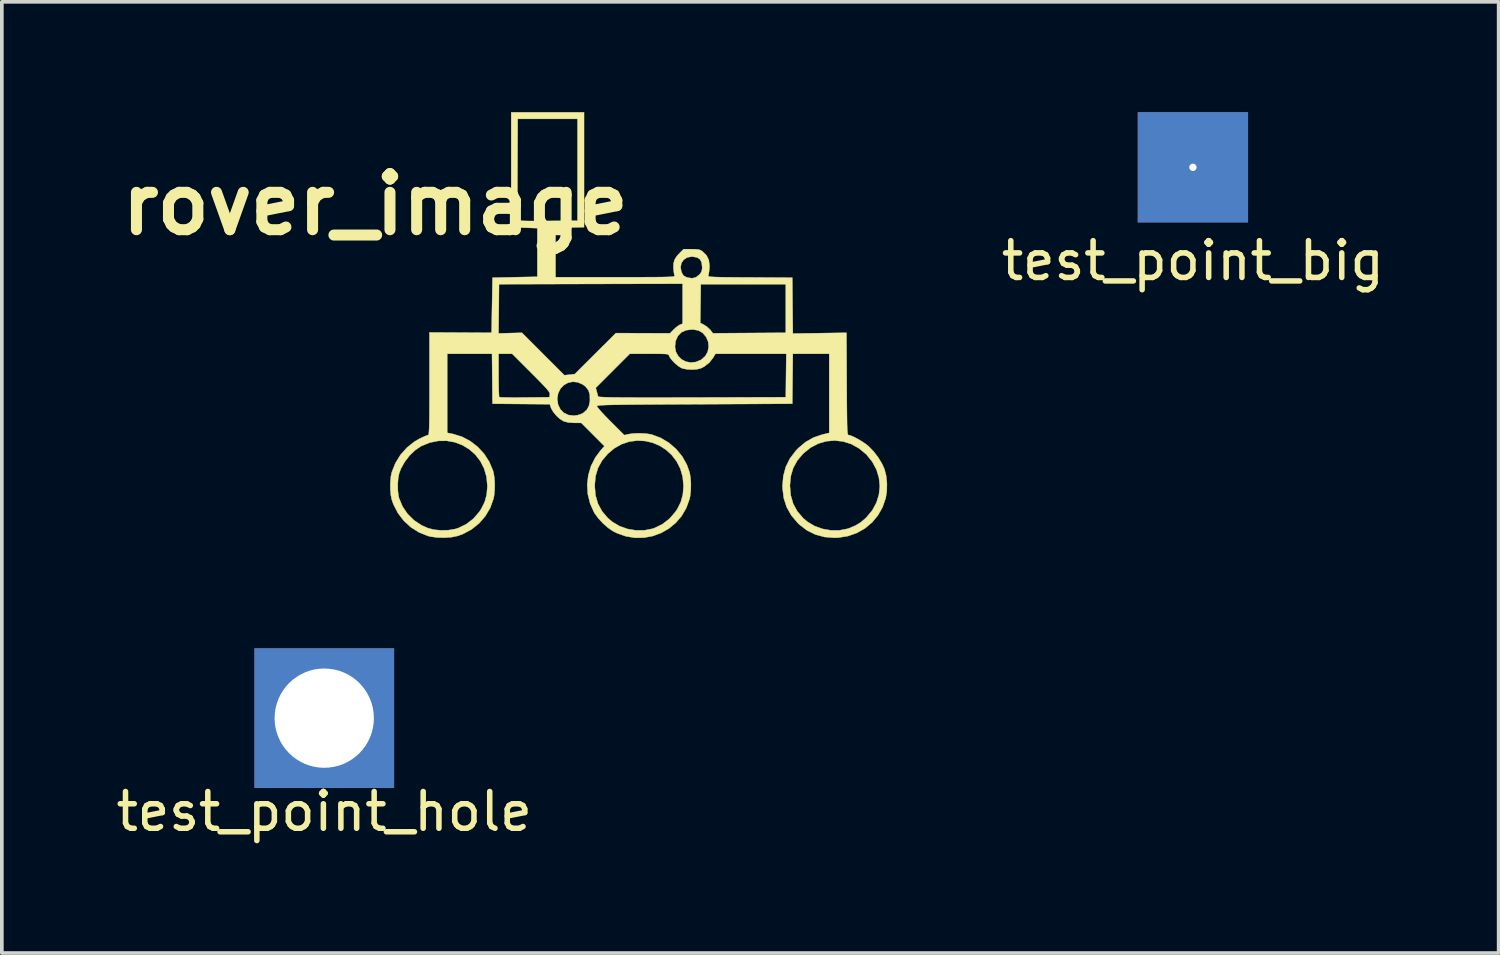
<source format=kicad_pcb>
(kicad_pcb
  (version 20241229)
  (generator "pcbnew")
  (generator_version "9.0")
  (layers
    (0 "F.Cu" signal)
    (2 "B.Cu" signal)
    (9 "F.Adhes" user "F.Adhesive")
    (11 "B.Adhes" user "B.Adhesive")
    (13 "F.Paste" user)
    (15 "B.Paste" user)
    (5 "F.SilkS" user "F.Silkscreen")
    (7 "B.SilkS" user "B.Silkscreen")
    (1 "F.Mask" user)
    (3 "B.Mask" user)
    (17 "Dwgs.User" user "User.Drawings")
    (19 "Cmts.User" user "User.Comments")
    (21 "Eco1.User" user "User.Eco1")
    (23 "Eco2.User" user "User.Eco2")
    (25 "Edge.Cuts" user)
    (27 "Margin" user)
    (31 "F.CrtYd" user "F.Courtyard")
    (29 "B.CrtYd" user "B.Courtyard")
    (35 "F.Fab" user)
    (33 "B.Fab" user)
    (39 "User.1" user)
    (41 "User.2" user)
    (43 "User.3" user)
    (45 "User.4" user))
  (footprint "test_point_hole"
    (layer "F.Cu")
    (at 5.768 16.48)
    (property "Reference" "test_point_hole" (at 0 2.54 0) (layer "F.SilkS") (effects (font (size 1 1) (thickness 0.15))))
    (attr through_hole)
    (pad "1" thru_hole rect (at 0 0) (size 3.8 3.8) (drill 2.7) (layers "*.Cu" "*.Mask")))
  (footprint "rover_image"
    (layer "F.Cu")
    (at 14.776 6.317)
    (property "Reference" "rover_image" (at -7.62 -3.81 0) (layer "F.SilkS") (effects (font (size 1.524 1.524) (thickness 0.3))))
    (attr through_hole)
    (fp_poly (pts (xy -1.943 -3.188) (xy -2.33 -3.181) (xy -2.718 -3.174) (xy -2.718 -1.829) (xy -1.089 -1.829) (xy -0.762 -1.829) (xy -0.481 -1.829) (xy -0.244 -1.83) (xy -0.047 -1.831) (xy 0.114 -1.832) (xy 0.242 -1.834) (xy 0.34 -1.837) (xy 0.413 -1.84) (xy 0.464 -1.844) (xy 0.496 -1.849) (xy 0.514 -1.856) (xy 0.52 -1.863) (xy 0.519 -1.872) (xy 0.518 -1.873) (xy 0.506 -1.922) (xy 0.495 -2.001) (xy 0.488 -2.074) (xy 0.489 -2.107) (xy 0.682 -2.107) (xy 0.7 -1.995) (xy 0.732 -1.915) (xy 0.769 -1.868) (xy 0.829 -1.835) (xy 0.878 -1.817) (xy 0.998 -1.799) (xy 1.106 -1.829) (xy 1.2 -1.905) (xy 1.25 -1.976) (xy 1.269 -2.057) (xy 1.27 -2.095) (xy 1.256 -2.223) (xy 1.213 -2.311) (xy 1.135 -2.365) (xy 1.019 -2.386) (xy 0.977 -2.388) (xy 0.861 -2.365) (xy 0.768 -2.305) (xy 0.706 -2.215) (xy 0.682 -2.107) (xy 0.489 -2.107) (xy 0.49 -2.199) (xy 0.518 -2.302) (xy 0.578 -2.399) (xy 0.664 -2.493) (xy 0.764 -2.591) (xy 0.981 -2.591) (xy 1.09 -2.589) (xy 1.164 -2.582) (xy 1.217 -2.567) (xy 1.264 -2.539) (xy 1.286 -2.523) (xy 1.389 -2.42) (xy 1.449 -2.297) (xy 1.469 -2.148) (xy 1.467 -2.085) (xy 1.458 -1.992) (xy 1.447 -1.914) (xy 1.436 -1.874) (xy 1.434 -1.863) (xy 1.441 -1.854) (xy 1.46 -1.847) (xy 1.496 -1.841) (xy 1.553 -1.837) (xy 1.636 -1.833) (xy 1.749 -1.83) (xy 1.896 -1.828) (xy 2.081 -1.826) (xy 2.308 -1.824) (xy 2.569 -1.823) (xy 3.721 -1.816) (xy 3.728 -1.057) (xy 3.735 -0.297) (xy 4.464 -0.307) (xy 5.194 -0.318) (xy 5.201 1.073) (xy 5.202 1.375) (xy 5.204 1.63) (xy 5.206 1.843) (xy 5.208 2.016) (xy 5.21 2.154) (xy 5.213 2.26) (xy 5.217 2.34) (xy 5.222 2.396) (xy 5.228 2.432) (xy 5.235 2.453) (xy 5.243 2.462) (xy 5.25 2.464) (xy 5.309 2.478) (xy 5.397 2.516) (xy 5.502 2.571) (xy 5.612 2.636) (xy 5.715 2.705) (xy 5.794 2.768) (xy 5.93 2.907) (xy 6.057 3.073) (xy 6.162 3.247) (xy 6.227 3.391) (xy 6.273 3.571) (xy 6.294 3.776) (xy 6.291 3.985) (xy 6.262 4.173) (xy 6.177 4.422) (xy 6.051 4.646) (xy 5.889 4.841) (xy 5.695 5.003) (xy 5.474 5.128) (xy 5.23 5.213) (xy 4.969 5.254) (xy 4.865 5.258) (xy 4.595 5.236) (xy 4.347 5.169) (xy 4.121 5.057) (xy 3.913 4.898) (xy 3.863 4.849) (xy 3.692 4.646) (xy 3.567 4.424) (xy 3.489 4.182) (xy 3.456 3.918) (xy 3.454 3.848) (xy 3.656 3.848) (xy 3.678 4.103) (xy 3.745 4.333) (xy 3.857 4.539) (xy 4.014 4.722) (xy 4.135 4.824) (xy 4.326 4.938) (xy 4.542 5.016) (xy 4.77 5.056) (xy 4.999 5.056) (xy 5.218 5.014) (xy 5.273 4.996) (xy 5.443 4.923) (xy 5.584 4.837) (xy 5.718 4.721) (xy 5.74 4.699) (xy 5.898 4.508) (xy 6.01 4.3) (xy 6.077 4.08) (xy 6.1 3.853) (xy 6.077 3.626) (xy 6.01 3.404) (xy 5.897 3.193) (xy 5.741 2.999) (xy 5.727 2.985) (xy 5.534 2.825) (xy 5.324 2.709) (xy 5.103 2.639) (xy 4.876 2.613) (xy 4.649 2.632) (xy 4.428 2.696) (xy 4.219 2.805) (xy 4.027 2.959) (xy 4.013 2.972) (xy 3.856 3.158) (xy 3.746 3.358) (xy 3.68 3.578) (xy 3.656 3.824) (xy 3.656 3.848) (xy 3.454 3.848) (xy 3.476 3.578) (xy 3.543 3.33) (xy 3.656 3.102) (xy 3.816 2.891) (xy 3.885 2.819) (xy 4.081 2.654) (xy 4.292 2.534) (xy 4.528 2.453) (xy 4.54 2.45) (xy 4.724 2.406) (xy 4.724 0.254) (xy 3.735 0.254) (xy 3.728 0.933) (xy 3.721 1.613) (xy 1.067 1.626) (xy 0.638 1.628) (xy 0.257 1.63) (xy -0.079 1.632) (xy -0.373 1.634) (xy -0.626 1.636) (xy -0.843 1.638) (xy -1.026 1.641) (xy -1.177 1.643) (xy -1.3 1.646) (xy -1.397 1.65) (xy -1.471 1.654) (xy -1.525 1.658) (xy -1.561 1.663) (xy -1.583 1.668) (xy -1.593 1.674) (xy -1.594 1.676) (xy -1.579 1.705) (xy -1.532 1.764) (xy -1.459 1.846) (xy -1.365 1.947) (xy -1.255 2.06) (xy -1.225 2.09) (xy -0.848 2.466) (xy -0.735 2.44) (xy -0.599 2.421) (xy -0.438 2.415) (xy -0.274 2.423) (xy -0.13 2.444) (xy -0.102 2.451) (xy 0.141 2.541) (xy 0.364 2.674) (xy 0.561 2.844) (xy 0.726 3.045) (xy 0.853 3.272) (xy 0.928 3.481) (xy 0.952 3.62) (xy 0.963 3.788) (xy 0.96 3.962) (xy 0.943 4.123) (xy 0.926 4.202) (xy 0.838 4.448) (xy 0.711 4.665) (xy 0.551 4.852) (xy 0.363 5.007) (xy 0.153 5.127) (xy -0.075 5.211) (xy -0.314 5.255) (xy -0.56 5.258) (xy -0.808 5.217) (xy -1.051 5.131) (xy -1.161 5.075) (xy -1.292 4.985) (xy -1.428 4.865) (xy -1.553 4.73) (xy -1.652 4.597) (xy -1.671 4.565) (xy -1.779 4.323) (xy -1.841 4.07) (xy -1.854 3.848) (xy -1.653 3.848) (xy -1.631 4.103) (xy -1.564 4.333) (xy -1.452 4.539) (xy -1.295 4.722) (xy -1.174 4.824) (xy -0.981 4.939) (xy -0.764 5.017) (xy -0.534 5.056) (xy -0.302 5.055) (xy -0.082 5.012) (xy -0.032 4.995) (xy 0.188 4.888) (xy 0.382 4.738) (xy 0.544 4.55) (xy 0.596 4.471) (xy 0.69 4.281) (xy 0.744 4.082) (xy 0.762 3.859) (xy 0.762 3.846) (xy 0.74 3.602) (xy 0.676 3.38) (xy 0.576 3.182) (xy 0.445 3.01) (xy 0.288 2.866) (xy 0.11 2.752) (xy -0.084 2.671) (xy -0.29 2.625) (xy -0.501 2.615) (xy -0.714 2.643) (xy -0.923 2.713) (xy -1.122 2.826) (xy -1.295 2.972) (xy -1.453 3.158) (xy -1.563 3.358) (xy -1.629 3.578) (xy -1.653 3.824) (xy -1.653 3.848) (xy -1.854 3.848) (xy -1.857 3.811) (xy -1.827 3.555) (xy -1.753 3.306) (xy -1.635 3.073) (xy -1.494 2.883) (xy -1.389 2.765) (xy -1.704 2.449) (xy -2.019 2.134) (xy -2.209 2.133) (xy -2.368 2.123) (xy -2.487 2.092) (xy -2.502 2.086) (xy -2.599 2.025) (xy -2.697 1.936) (xy -2.781 1.834) (xy -2.837 1.736) (xy -2.843 1.719) (xy -2.874 1.626) (xy -4.432 1.613) (xy -4.434 1.483) (xy -2.671 1.483) (xy -2.649 1.637) (xy -2.587 1.764) (xy -2.492 1.86) (xy -2.368 1.919) (xy -2.222 1.937) (xy -2.121 1.924) (xy -2.038 1.899) (xy -1.966 1.864) (xy -1.957 1.858) (xy -1.867 1.775) (xy -1.812 1.677) (xy -1.786 1.551) (xy -1.783 1.514) (xy -1.787 1.363) (xy -1.825 1.243) (xy -1.874 1.181) (xy -1.625 1.181) (xy -1.597 1.283) (xy -1.577 1.355) (xy -1.562 1.408) (xy -1.56 1.416) (xy -1.549 1.422) (xy -1.518 1.426) (xy -1.465 1.43) (xy -1.387 1.434) (xy -1.282 1.437) (xy -1.146 1.439) (xy -0.978 1.441) (xy -0.775 1.442) (xy -0.534 1.443) (xy -0.254 1.443) (xy 0.069 1.443) (xy 0.437 1.443) (xy 0.852 1.442) (xy 0.996 1.442) (xy 3.543 1.435) (xy 3.557 0.254) (xy 1.63 0.254) (xy 1.566 0.364) (xy 1.461 0.496) (xy 1.322 0.604) (xy 1.233 0.649) (xy 1.129 0.675) (xy 0.998 0.685) (xy 0.862 0.678) (xy 0.743 0.655) (xy 0.699 0.638) (xy 0.621 0.59) (xy 0.536 0.519) (xy 0.456 0.437) (xy 0.395 0.359) (xy 0.369 0.308) (xy 0.362 0.29) (xy 0.349 0.277) (xy 0.323 0.267) (xy 0.277 0.26) (xy 0.206 0.257) (xy 0.101 0.255) (xy -0.042 0.254) (xy -0.173 0.254) (xy -0.699 0.254) (xy -1.625 1.181) (xy -1.874 1.181) (xy -1.901 1.147) (xy -1.978 1.089) (xy -2.114 1.029) (xy -2.25 1.015) (xy -2.379 1.042) (xy -2.493 1.106) (xy -2.585 1.203) (xy -2.647 1.327) (xy -2.671 1.476) (xy -2.671 1.483) (xy -4.434 1.483) (xy -4.446 0.254) (xy -4.267 0.254) (xy -4.267 0.834) (xy -4.266 1.001) (xy -4.264 1.15) (xy -4.261 1.275) (xy -4.257 1.368) (xy -4.253 1.421) (xy -4.25 1.431) (xy -4.221 1.436) (xy -4.148 1.439) (xy -4.038 1.442) (xy -3.897 1.443) (xy -3.733 1.443) (xy -3.558 1.442) (xy -2.883 1.435) (xy -2.874 1.361) (xy -2.875 1.337) (xy -2.885 1.308) (xy -2.907 1.271) (xy -2.946 1.221) (xy -3.006 1.155) (xy -3.09 1.066) (xy -3.201 0.952) (xy -3.345 0.808) (xy -3.382 0.771) (xy -3.898 0.254) (xy -4.267 0.254) (xy -4.446 0.254) (xy -5.664 0.254) (xy -5.664 2.403) (xy -5.505 2.435) (xy -5.264 2.509) (xy -5.04 2.627) (xy -4.837 2.783) (xy -4.662 2.972) (xy -4.523 3.187) (xy -4.423 3.423) (xy -4.406 3.481) (xy -4.382 3.62) (xy -4.371 3.788) (xy -4.374 3.962) (xy -4.391 4.123) (xy -4.408 4.202) (xy -4.497 4.449) (xy -4.63 4.673) (xy -4.8 4.868) (xy -5.003 5.03) (xy -5.235 5.155) (xy -5.374 5.206) (xy -5.542 5.241) (xy -5.736 5.256) (xy -5.935 5.251) (xy -6.119 5.225) (xy -6.19 5.207) (xy -6.433 5.11) (xy -6.654 4.97) (xy -6.847 4.792) (xy -7.006 4.584) (xy -7.127 4.348) (xy -7.173 4.218) (xy -7.199 4.087) (xy -7.212 3.926) (xy -7.211 3.808) (xy -7.01 3.808) (xy -7.006 3.976) (xy -6.987 4.126) (xy -6.973 4.182) (xy -6.88 4.406) (xy -6.744 4.607) (xy -6.57 4.779) (xy -6.363 4.917) (xy -6.187 4.996) (xy -6.023 5.038) (xy -5.832 5.056) (xy -5.636 5.051) (xy -5.454 5.021) (xy -5.366 4.995) (xy -5.146 4.888) (xy -4.952 4.738) (xy -4.79 4.55) (xy -4.738 4.471) (xy -4.644 4.281) (xy -4.59 4.082) (xy -4.572 3.859) (xy -4.572 3.846) (xy -4.595 3.6) (xy -4.661 3.374) (xy -4.764 3.172) (xy -4.9 2.996) (xy -5.065 2.851) (xy -5.252 2.738) (xy -5.458 2.66) (xy -5.677 2.621) (xy -5.905 2.623) (xy -6.136 2.669) (xy -6.366 2.762) (xy -6.374 2.766) (xy -6.535 2.875) (xy -6.687 3.021) (xy -6.82 3.193) (xy -6.923 3.378) (xy -6.971 3.505) (xy -6.998 3.644) (xy -7.01 3.808) (xy -7.211 3.808) (xy -7.211 3.756) (xy -7.197 3.597) (xy -7.173 3.478) (xy -7.075 3.231) (xy -6.936 3.004) (xy -6.761 2.807) (xy -6.556 2.644) (xy -6.42 2.565) (xy -6.325 2.52) (xy -6.245 2.485) (xy -6.193 2.466) (xy -6.182 2.464) (xy -6.174 2.457) (xy -6.168 2.435) (xy -6.162 2.393) (xy -6.158 2.329) (xy -6.154 2.237) (xy -6.151 2.116) (xy -6.149 1.96) (xy -6.148 1.767) (xy -6.147 1.532) (xy -6.147 1.253) (xy -6.147 1.069) (xy -6.147 -0.301) (xy -4.268 -0.301) (xy -3.95 -0.309) (xy -3.632 -0.318) (xy -3.055 0.26) (xy -2.478 0.837) (xy -2.337 0.822) (xy -2.197 0.807) (xy -1.638 0.25) (xy -1.453 0.066) (xy 0.53 0.066) (xy 0.556 0.202) (xy 0.619 0.317) (xy 0.711 0.407) (xy 0.825 0.467) (xy 0.956 0.492) (xy 1.095 0.478) (xy 1.237 0.419) (xy 1.249 0.412) (xy 1.352 0.32) (xy 1.419 0.202) (xy 1.446 0.068) (xy 1.433 -0.071) (xy 1.377 -0.203) (xy 1.375 -0.206) (xy 1.282 -0.315) (xy 1.167 -0.38) (xy 1.022 -0.406) (xy 0.992 -0.406) (xy 0.832 -0.387) (xy 0.705 -0.329) (xy 0.61 -0.233) (xy 0.55 -0.099) (xy 0.546 -0.086) (xy 0.53 0.066) (xy -1.453 0.066) (xy -1.078 -0.308) (xy -0.342 -0.306) (xy 0.395 -0.303) (xy 0.493 -0.404) (xy 0.563 -0.468) (xy 0.632 -0.518) (xy 0.664 -0.535) (xy 0.737 -0.565) (xy 0.737 -0.586) (xy 1.218 -0.586) (xy 1.319 -0.534) (xy 1.403 -0.479) (xy 1.479 -0.408) (xy 1.491 -0.394) (xy 1.562 -0.304) (xy 3.543 -0.318) (xy 3.543 -1.638) (xy 1.232 -1.638) (xy 1.218 -0.586) (xy 0.737 -0.586) (xy 0.737 -1.651) (xy -1.759 -1.645) (xy -4.255 -1.638) (xy -4.261 -0.969) (xy -4.268 -0.301) (xy -6.147 -0.301) (xy -6.147 -0.327) (xy -4.458 -0.318) (xy -4.432 -1.816) (xy -3.213 -1.841) (xy -3.213 -3.162) (xy -3.924 -3.188) (xy -3.924 -4.049) (xy -3.755 -4.049) (xy -3.754 -3.849) (xy -3.753 -3.679) (xy -3.752 -3.543) (xy -3.751 -3.446) (xy -3.749 -3.393) (xy -3.747 -3.384) (xy -3.733 -3.375) (xy -3.696 -3.368) (xy -3.631 -3.363) (xy -3.535 -3.359) (xy -3.402 -3.357) (xy -3.228 -3.357) (xy -3.01 -3.358) (xy -2.928 -3.359) (xy -2.121 -3.365) (xy -2.121 -6.134) (xy -3.747 -6.134) (xy -3.753 -4.775) (xy -3.754 -4.517) (xy -3.755 -4.273) (xy -3.755 -4.049) (xy -3.924 -4.049) (xy -3.924 -6.312) (xy -1.943 -6.312) (xy -1.943 -3.188)) (stroke (width 0.01) (type solid)) (fill yes) (layer "F.SilkS")))
  (footprint "test_point_big"
    (layer "F.Cu")
    (at 29.391 1.5)
    (property "Reference" "test_point_big" (at 0 2.54 0) (layer "F.SilkS") (effects (font (size 1 1) (thickness 0.15))))
    (attr through_hole)
    (pad "1" thru_hole rect (at 0 0) (size 3 3) (drill 0.2) (layers "*.Cu" "*.Mask")))
  (gr_rect
    (start -3 -3)
    (end 37.706 22.868)
    (stroke (width 0.1) (type default))
    (fill no)
    (layer "Edge.Cuts")))
</source>
